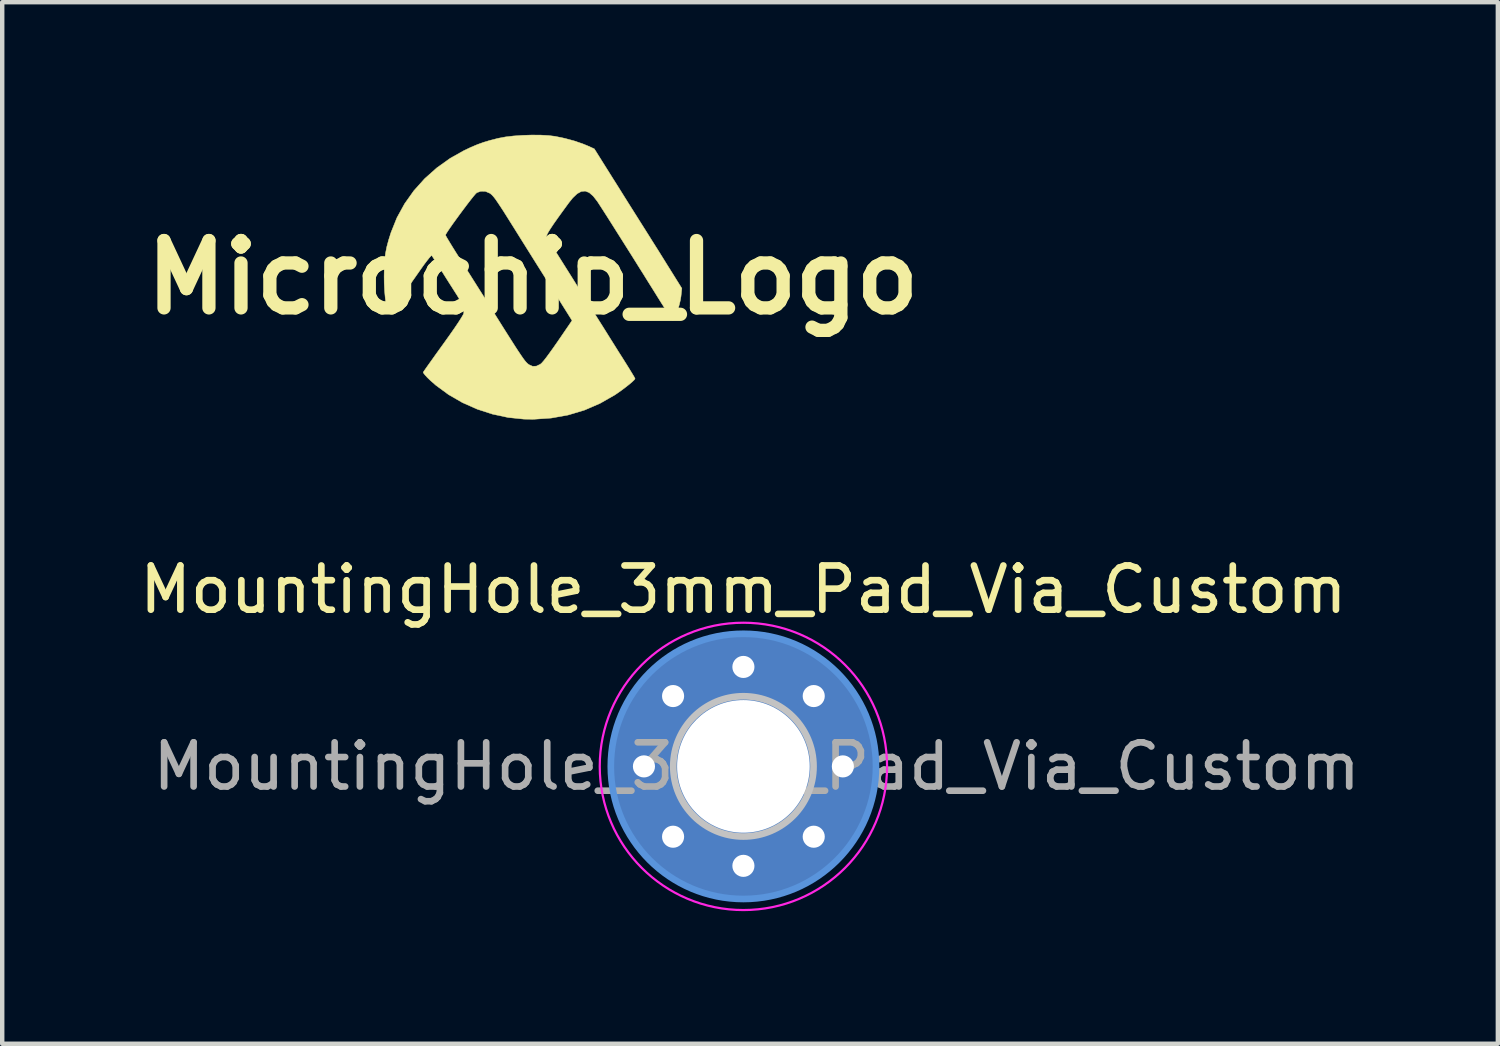
<source format=kicad_pcb>
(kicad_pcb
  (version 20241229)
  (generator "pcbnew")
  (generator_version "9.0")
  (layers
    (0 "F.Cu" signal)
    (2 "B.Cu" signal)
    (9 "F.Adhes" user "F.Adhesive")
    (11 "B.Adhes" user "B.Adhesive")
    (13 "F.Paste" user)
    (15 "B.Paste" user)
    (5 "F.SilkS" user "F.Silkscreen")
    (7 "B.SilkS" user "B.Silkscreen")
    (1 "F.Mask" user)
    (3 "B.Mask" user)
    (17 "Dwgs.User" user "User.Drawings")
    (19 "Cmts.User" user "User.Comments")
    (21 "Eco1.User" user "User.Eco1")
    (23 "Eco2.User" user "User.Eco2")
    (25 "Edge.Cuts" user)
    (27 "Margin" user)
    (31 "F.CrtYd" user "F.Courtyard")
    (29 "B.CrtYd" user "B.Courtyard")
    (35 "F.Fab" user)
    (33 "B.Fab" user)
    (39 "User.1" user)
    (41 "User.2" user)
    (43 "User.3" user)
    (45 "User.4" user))
  (footprint "Microchip_Logo"
    (layer "F.Cu")
    (at 9.006 3.226)
    (property "Reference" "Microchip_Logo" (at 0 0 0) (layer "F.SilkS") (effects (font (size 1.524 1.524) (thickness 0.3))))
    (attr through_hole)
    (fp_poly (pts (xy 0.172 -3.22) (xy 0.354 -3.21) (xy 0.5 -3.192) (xy 0.717 -3.147) (xy 0.932 -3.089) (xy 1.128 -3.022) (xy 1.238 -2.977) (xy 1.389 -2.909) (xy 1.796 -2.26) (xy 1.906 -2.086) (xy 2.02 -1.904) (xy 2.133 -1.723) (xy 2.241 -1.552) (xy 2.338 -1.398) (xy 2.418 -1.271) (xy 2.442 -1.233) (xy 2.521 -1.108) (xy 2.617 -0.956) (xy 2.724 -0.785) (xy 2.836 -0.608) (xy 2.945 -0.433) (xy 3.025 -0.304) (xy 3.369 0.247) (xy 3.35 0.429) (xy 3.336 0.514) (xy 3.313 0.612) (xy 3.284 0.713) (xy 3.252 0.809) (xy 3.22 0.889) (xy 3.192 0.945) (xy 3.169 0.967) (xy 3.168 0.967) (xy 3.151 0.949) (xy 3.115 0.899) (xy 3.063 0.823) (xy 3 0.726) (xy 2.93 0.615) (xy 2.927 0.611) (xy 2.838 0.469) (xy 2.74 0.311) (xy 2.641 0.153) (xy 2.551 0.009) (xy 2.511 -0.056) (xy 2.38 -0.264) (xy 2.249 -0.474) (xy 2.119 -0.68) (xy 1.993 -0.88) (xy 1.874 -1.068) (xy 1.765 -1.241) (xy 1.667 -1.395) (xy 1.584 -1.525) (xy 1.518 -1.627) (xy 1.472 -1.698) (xy 1.457 -1.721) (xy 1.363 -1.841) (xy 1.273 -1.919) (xy 1.185 -1.953) (xy 1.095 -1.945) (xy 1.001 -1.894) (xy 0.902 -1.8) (xy 0.815 -1.692) (xy 0.673 -1.498) (xy 0.557 -1.337) (xy 0.465 -1.206) (xy 0.396 -1.102) (xy 0.347 -1.023) (xy 0.318 -0.967) (xy 0.307 -0.931) (xy 0.309 -0.916) (xy 0.326 -0.887) (xy 0.363 -0.826) (xy 0.418 -0.739) (xy 0.485 -0.632) (xy 0.561 -0.511) (xy 0.61 -0.433) (xy 0.686 -0.312) (xy 0.781 -0.161) (xy 0.891 0.014) (xy 1.01 0.204) (xy 1.135 0.402) (xy 1.26 0.601) (xy 1.381 0.794) (xy 1.391 0.811) (xy 1.508 0.997) (xy 1.626 1.184) (xy 1.74 1.367) (xy 1.848 1.539) (xy 1.945 1.694) (xy 2.028 1.824) (xy 2.091 1.925) (xy 2.102 1.942) (xy 2.17 2.051) (xy 2.228 2.146) (xy 2.274 2.222) (xy 2.303 2.273) (xy 2.311 2.291) (xy 2.294 2.316) (xy 2.247 2.361) (xy 2.178 2.42) (xy 2.094 2.486) (xy 2.001 2.556) (xy 1.907 2.622) (xy 1.856 2.657) (xy 1.518 2.85) (xy 1.164 3.003) (xy 0.796 3.113) (xy 0.413 3.182) (xy 0.019 3.209) (xy -0.2 3.206) (xy -0.558 3.169) (xy -0.914 3.093) (xy -1.262 2.98) (xy -1.595 2.832) (xy -1.907 2.652) (xy -2.192 2.443) (xy -2.321 2.33) (xy -2.39 2.263) (xy -2.444 2.204) (xy -2.476 2.162) (xy -2.482 2.146) (xy -2.467 2.123) (xy -2.429 2.068) (xy -2.371 1.986) (xy -2.296 1.881) (xy -2.208 1.757) (xy -2.108 1.618) (xy -2.026 1.504) (xy -1.89 1.314) (xy -1.776 1.151) (xy -1.686 1.018) (xy -1.62 0.915) (xy -1.579 0.845) (xy -1.565 0.811) (xy -1.56 0.751) (xy -1.571 0.687) (xy -1.599 0.611) (xy -1.648 0.516) (xy -1.721 0.395) (xy -1.742 0.363) (xy -1.805 0.264) (xy -1.884 0.14) (xy -1.969 0.006) (xy -2.051 -0.125) (xy -2.077 -0.167) (xy -2.144 -0.272) (xy -2.203 -0.364) (xy -2.25 -0.437) (xy -2.28 -0.483) (xy -2.289 -0.496) (xy -2.307 -0.485) (xy -2.345 -0.443) (xy -2.398 -0.376) (xy -2.463 -0.29) (xy -2.503 -0.234) (xy -2.66 -0.01) (xy -2.795 0.181) (xy -2.907 0.34) (xy -3 0.47) (xy -3.076 0.575) (xy -3.135 0.656) (xy -3.181 0.716) (xy -3.215 0.758) (xy -3.238 0.784) (xy -3.254 0.797) (xy -3.264 0.8) (xy -3.269 0.796) (xy -3.296 0.723) (xy -3.32 0.613) (xy -3.34 0.473) (xy -3.355 0.309) (xy -3.364 0.129) (xy -3.366 -0.022) (xy -3.363 -0.222) (xy -3.354 -0.391) (xy -3.335 -0.543) (xy -3.306 -0.69) (xy -3.264 -0.847) (xy -3.229 -0.957) (xy -1.978 -0.957) (xy -1.966 -0.934) (xy -1.934 -0.878) (xy -1.884 -0.795) (xy -1.82 -0.69) (xy -1.744 -0.568) (xy -1.661 -0.437) (xy -1.573 -0.298) (xy -1.467 -0.129) (xy -1.348 0.06) (xy -1.221 0.261) (xy -1.091 0.466) (xy -0.965 0.667) (xy -0.872 0.815) (xy -0.727 1.047) (xy -0.603 1.244) (xy -0.498 1.409) (xy -0.411 1.546) (xy -0.339 1.657) (xy -0.28 1.745) (xy -0.233 1.814) (xy -0.195 1.866) (xy -0.164 1.905) (xy -0.138 1.933) (xy -0.116 1.954) (xy -0.094 1.97) (xy -0.089 1.974) (xy -0.006 2.011) (xy 0.078 2.007) (xy 0.168 1.964) (xy 0.198 1.938) (xy 0.24 1.891) (xy 0.296 1.82) (xy 0.368 1.723) (xy 0.459 1.596) (xy 0.57 1.437) (xy 0.702 1.244) (xy 0.706 1.238) (xy 0.886 0.975) (xy 0.758 0.771) (xy 0.709 0.693) (xy 0.642 0.586) (xy 0.562 0.458) (xy 0.473 0.316) (xy 0.382 0.171) (xy 0.33 0.089) (xy 0.236 -0.061) (xy 0.125 -0.237) (xy 0.004 -0.43) (xy -0.12 -0.628) (xy -0.241 -0.821) (xy -0.346 -0.989) (xy -0.473 -1.192) (xy -0.579 -1.361) (xy -0.666 -1.499) (xy -0.738 -1.609) (xy -0.796 -1.696) (xy -0.842 -1.763) (xy -0.88 -1.813) (xy -0.911 -1.849) (xy -0.938 -1.876) (xy -0.963 -1.896) (xy -0.976 -1.905) (xy -1.075 -1.947) (xy -1.179 -1.95) (xy -1.269 -1.917) (xy -1.296 -1.892) (xy -1.343 -1.837) (xy -1.406 -1.758) (xy -1.481 -1.661) (xy -1.563 -1.552) (xy -1.648 -1.438) (xy -1.732 -1.323) (xy -1.81 -1.215) (xy -1.878 -1.118) (xy -1.932 -1.038) (xy -1.966 -0.983) (xy -1.978 -0.957) (xy -3.229 -0.957) (xy -3.211 -1.015) (xy -3.077 -1.349) (xy -2.903 -1.666) (xy -2.693 -1.962) (xy -2.449 -2.234) (xy -2.174 -2.479) (xy -1.871 -2.695) (xy -1.567 -2.866) (xy -1.401 -2.945) (xy -1.254 -3.007) (xy -1.112 -3.058) (xy -0.958 -3.104) (xy -0.778 -3.149) (xy -0.624 -3.178) (xy -0.44 -3.2) (xy -0.238 -3.214) (xy -0.03 -3.221) (xy 0.172 -3.22)) (stroke (width 0.01) (type solid)) (fill yes) (layer "F.SilkS")))
  (footprint "MountingHole_3mm_Pad_Via_Custom"
    (layer "F.Cu")
    (at 13.768 14.288)
    (property "Reference" "MountingHole_3mm_Pad_Via_Custom" (at 0 -4 0) (layer "F.SilkS") (effects (font (size 1 1) (thickness 0.15))))
    (attr exclude_from_pos_files exclude_from_bom)
    (fp_circle (center 0 0) (end 1.587 0) (stroke (width 0.15) (type solid)) (fill no) (layer "Dwgs.User"))
    (fp_circle (center 0 0) (end 3 0) (stroke (width 0.15) (type solid)) (fill no) (layer "Cmts.User"))
    (fp_circle (center 0 0) (end 3.25 0) (stroke (width 0.05) (type solid)) (fill no) (layer "F.CrtYd"))
    (fp_text user "${REFERENCE}" (at 0.3 0 0) (layer "F.Fab") (effects (font (size 1 1) (thickness 0.15))))
    (pad "1" thru_hole circle (at -2.25 0) (size 0.8 0.8) (drill 0.5) (layers "*.Cu" "*.Mask"))
    (pad "1" thru_hole circle (at -1.591 -1.591) (size 0.8 0.8) (drill 0.5) (layers "*.Cu" "*.Mask"))
    (pad "1" thru_hole circle (at -1.591 1.591) (size 0.8 0.8) (drill 0.5) (layers "*.Cu" "*.Mask"))
    (pad "1" thru_hole circle (at 0 -2.25) (size 0.8 0.8) (drill 0.5) (layers "*.Cu" "*.Mask"))
    (pad "1" thru_hole circle (at 0 0) (size 6 6) (drill 3) (layers "*.Cu" "*.Mask"))
    (pad "1" thru_hole circle (at 0 2.25) (size 0.8 0.8) (drill 0.5) (layers "*.Cu" "*.Mask"))
    (pad "1" thru_hole circle (at 1.591 -1.591) (size 0.8 0.8) (drill 0.5) (layers "*.Cu" "*.Mask"))
    (pad "1" thru_hole circle (at 1.591 1.591) (size 0.8 0.8) (drill 0.5) (layers "*.Cu" "*.Mask"))
    (pad "1" thru_hole circle (at 2.25 0) (size 0.8 0.8) (drill 0.5) (layers "*.Cu" "*.Mask")))
  (gr_rect
    (start -3 -3)
    (end 30.836 20.563)
    (stroke (width 0.1) (type default))
    (fill no)
    (layer "Edge.Cuts")))
</source>
